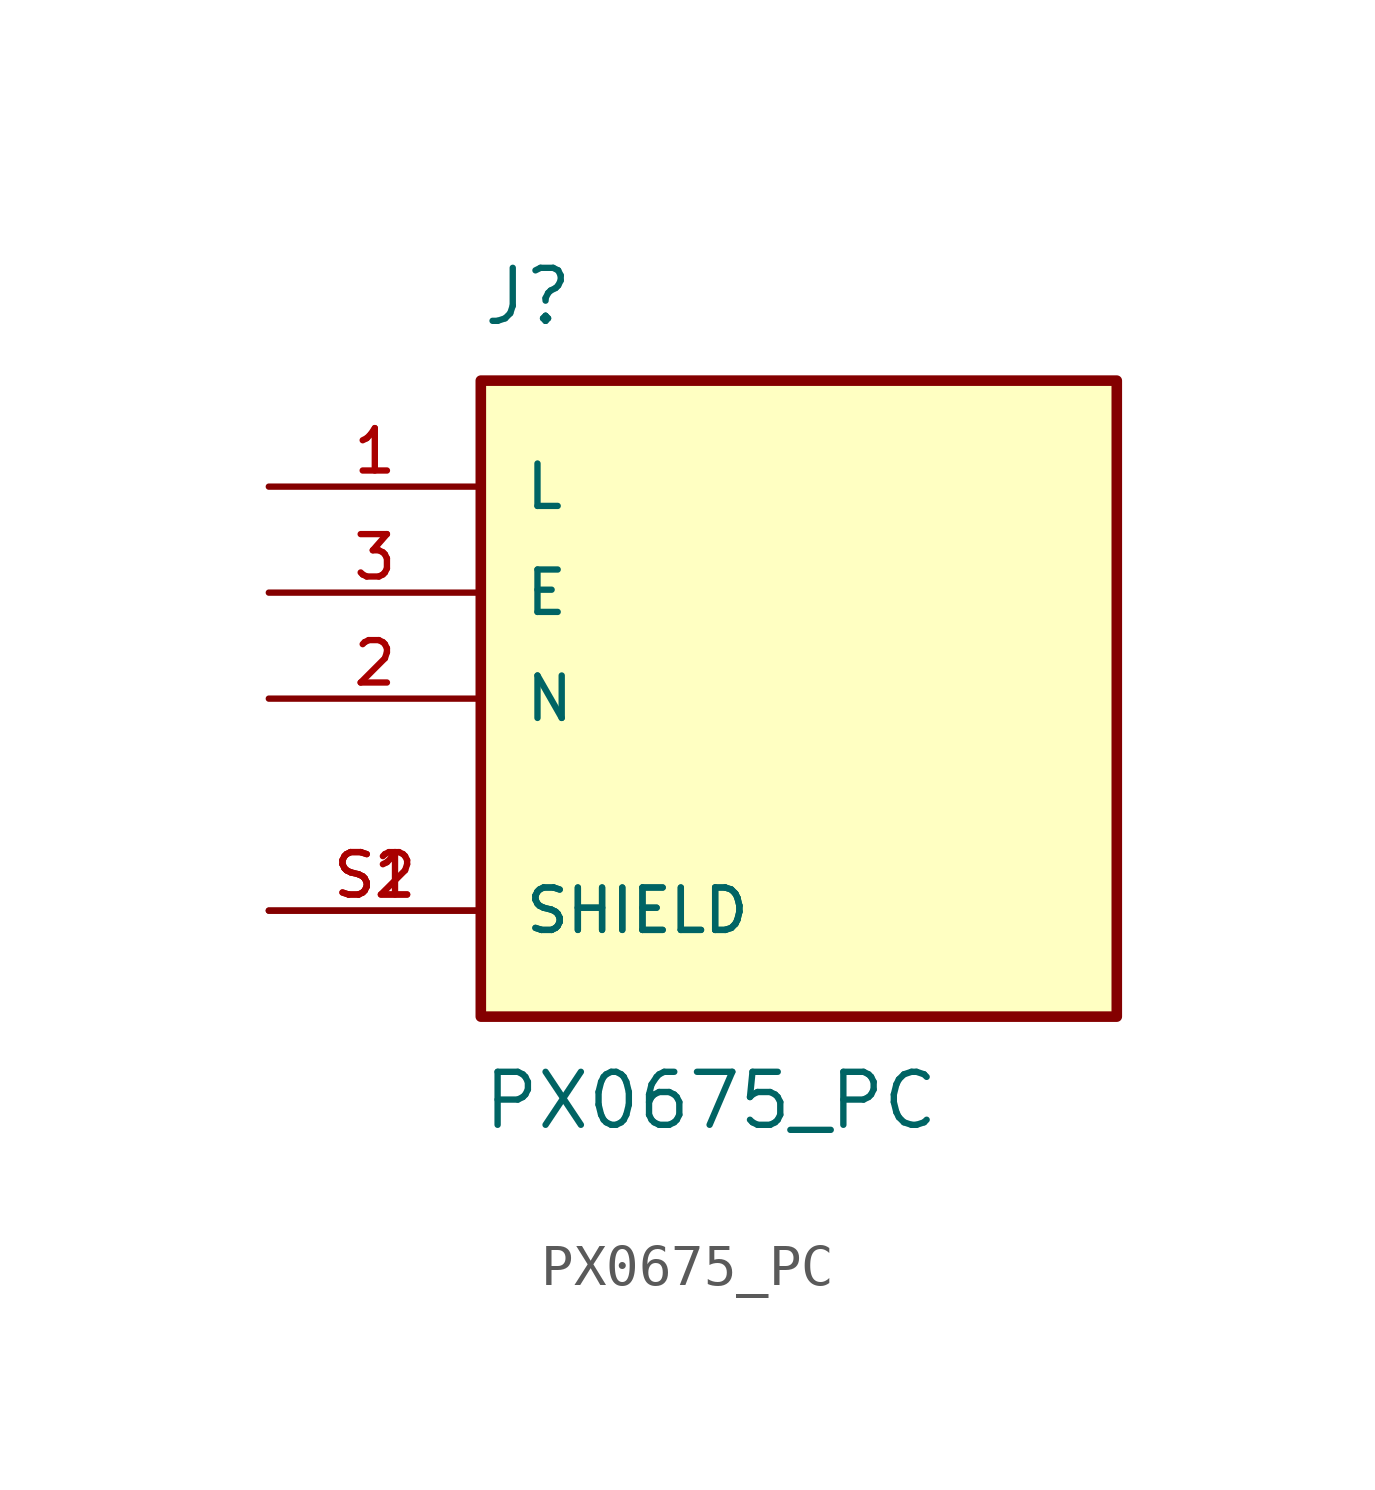
<source format=kicad_sym>
(kicad_symbol_lib
  (version 20211014)
  (generator kicad_symbol_editor)
  (symbol "PX0675_PC"
    (pin_names
      (offset 1.016))
    (property "Reference" "J"
      (at -7.62 8.89 0)
      (effects (font (size 1.27 1.27)) (justify bottom left)))
    (property "Value" "PX0675_PC"
      (at -7.62 -8.89 0.0)
      (effects (font (size 1.27 1.27)) (justify top left)))
    (symbol "PX0675_PC_0_0"
      (rectangle (start -7.62 -7.62) (end 7.62 7.62) (stroke (width 0.254)) (fill (type background)))
      (pin passive line (at -12.7 5.08 0) (length 5.08) (name "L" (effects (font (size 1.016 1.016)))) (number "1" (effects (font (size 1.016 1.016)))))
      (pin passive line (at -12.7 0.0 0) (length 5.08) (name "N" (effects (font (size 1.016 1.016)))) (number "2" (effects (font (size 1.016 1.016)))))
      (pin passive line (at -12.7 2.54 0) (length 5.08) (name "E" (effects (font (size 1.016 1.016)))) (number "3" (effects (font (size 1.016 1.016)))))
      (pin passive line (at -12.7 -5.08 0) (length 5.08) (name "SHIELD" (effects (font (size 1.016 1.016)))) (number "S1" (effects (font (size 1.016 1.016)))))
      (pin passive line (at -12.7 -5.08 0) (length 5.08) (name "SHIELD" (effects (font (size 1.016 1.016)))) (number "S2" (effects (font (size 1.016 1.016))))))))
</source>
